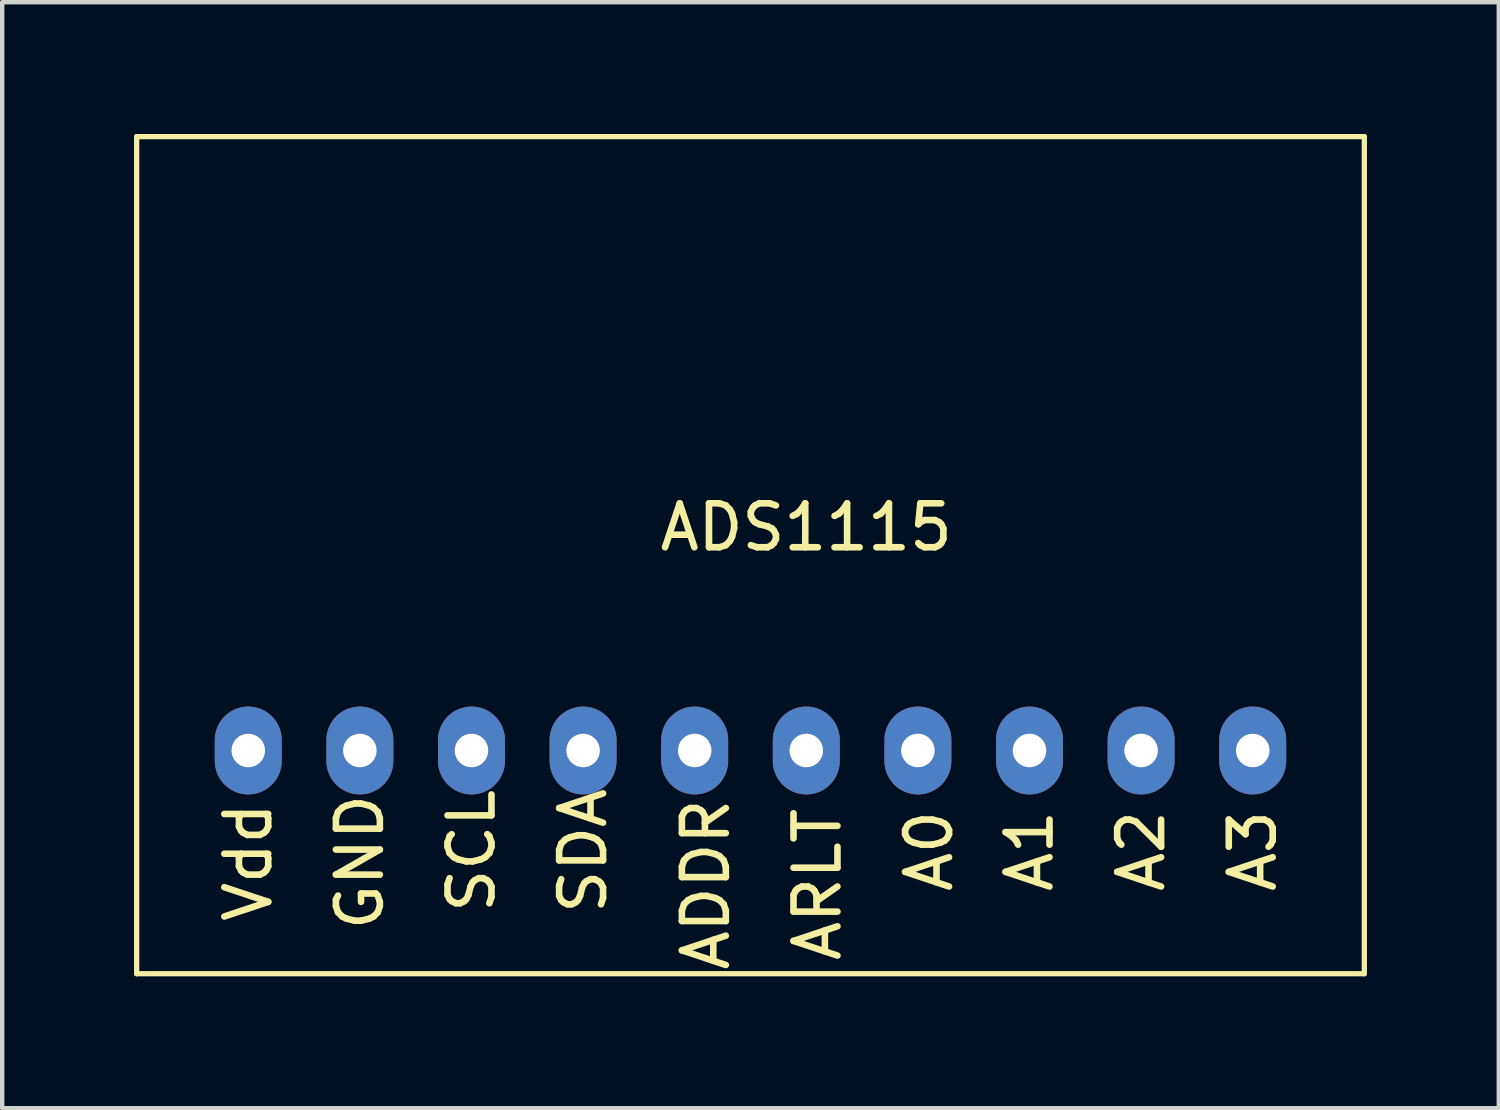
<source format=kicad_pcb>
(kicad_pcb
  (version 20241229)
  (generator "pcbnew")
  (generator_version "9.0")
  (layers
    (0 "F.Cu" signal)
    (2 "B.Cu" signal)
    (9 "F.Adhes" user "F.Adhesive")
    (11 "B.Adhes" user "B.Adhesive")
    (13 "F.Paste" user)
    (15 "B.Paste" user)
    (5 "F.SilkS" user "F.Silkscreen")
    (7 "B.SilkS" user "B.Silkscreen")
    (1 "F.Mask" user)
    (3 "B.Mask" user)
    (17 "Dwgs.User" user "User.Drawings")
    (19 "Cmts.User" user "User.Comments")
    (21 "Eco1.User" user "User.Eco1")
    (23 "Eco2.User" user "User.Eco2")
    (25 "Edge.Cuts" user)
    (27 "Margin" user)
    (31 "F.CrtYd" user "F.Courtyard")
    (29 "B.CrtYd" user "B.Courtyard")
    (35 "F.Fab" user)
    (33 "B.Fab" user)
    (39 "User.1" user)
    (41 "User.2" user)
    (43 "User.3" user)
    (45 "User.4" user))
  (footprint "ADS1115"
    (layer "F.Cu")
    (at 14.03 8.95)
    (property "Reference" "ADS1115" (at 1.27 0 0) (layer "F.SilkS") (effects (font (size 1 1) (thickness 0.15))))
    (attr through_hole)
    (fp_line (start -13.97 -8.89) (end -13.97 10.16) (stroke (width 0.12) (type solid)) (layer "F.SilkS"))
    (fp_line (start -13.97 10.16) (end 13.97 10.16) (stroke (width 0.12) (type solid)) (layer "F.SilkS"))
    (fp_line (start 13.97 -8.89) (end -13.97 -8.89) (stroke (width 0.12) (type solid)) (layer "F.SilkS"))
    (fp_line (start 13.97 10.16) (end 13.97 -8.89) (stroke (width 0.12) (type solid)) (layer "F.SilkS"))
    (fp_text user "A2" (at 8.89 7.366 90) (layer "F.SilkS") (effects (font (size 1 1) (thickness 0.15))))
    (fp_text user "SCL" (at -6.35 7.366 90) (layer "F.SilkS") (effects (font (size 1 1) (thickness 0.15))))
    (fp_text user "Vdd" (at -11.43 7.62 90) (layer "F.SilkS") (effects (font (size 1 1) (thickness 0.15))))
    (fp_text user "A1" (at 6.35 7.366 90) (layer "F.SilkS") (effects (font (size 1 1) (thickness 0.15))))
    (fp_text user "A3" (at 11.43 7.366 90) (layer "F.SilkS") (effects (font (size 1 1) (thickness 0.15))))
    (fp_text user "ADDR" (at -1.016 8.128 90) (layer "F.SilkS") (effects (font (size 1 1) (thickness 0.15))))
    (fp_text user "ARLT" (at 1.524 8.128 90) (layer "F.SilkS") (effects (font (size 1 1) (thickness 0.15))))
    (fp_text user "A0" (at 4.064 7.366 90) (layer "F.SilkS") (effects (font (size 1 1) (thickness 0.15))))
    (fp_text user "SDA" (at -3.81 7.366 90) (layer "F.SilkS") (effects (font (size 1 1) (thickness 0.15))))
    (fp_text user "GND" (at -8.89 7.62 90) (layer "F.SilkS") (effects (font (size 1 1) (thickness 0.15))))
    (pad "1" thru_hole oval (at -11.43 5.08) (size 1.524 2) (drill 0.762) (layers "*.Cu" "*.Mask"))
    (pad "2" thru_hole oval (at -8.89 5.08) (size 1.524 2) (drill 0.762) (layers "*.Cu" "*.Mask"))
    (pad "3" thru_hole oval (at -6.35 5.08) (size 1.524 2) (drill 0.762) (layers "*.Cu" "*.Mask"))
    (pad "4" thru_hole oval (at -3.81 5.08) (size 1.524 2) (drill 0.762) (layers "*.Cu" "*.Mask"))
    (pad "5" thru_hole oval (at -1.27 5.08) (size 1.524 2) (drill 0.762) (layers "*.Cu" "*.Mask"))
    (pad "6" thru_hole oval (at 1.27 5.08) (size 1.524 2) (drill 0.762) (layers "*.Cu" "*.Mask"))
    (pad "7" thru_hole oval (at 3.81 5.08) (size 1.524 2) (drill 0.762) (layers "*.Cu" "*.Mask"))
    (pad "8" thru_hole oval (at 6.35 5.08) (size 1.524 2) (drill 0.762) (layers "*.Cu" "*.Mask"))
    (pad "9" thru_hole oval (at 8.89 5.08) (size 1.524 2) (drill 0.762) (layers "*.Cu" "*.Mask"))
    (pad "10" thru_hole oval (at 11.43 5.08) (size 1.524 2) (drill 0.762) (layers "*.Cu" "*.Mask")))
  (gr_rect
    (start -3 -3)
    (end 31.06 22.17)
    (stroke (width 0.1) (type default))
    (fill no)
    (layer "Edge.Cuts")))
</source>
